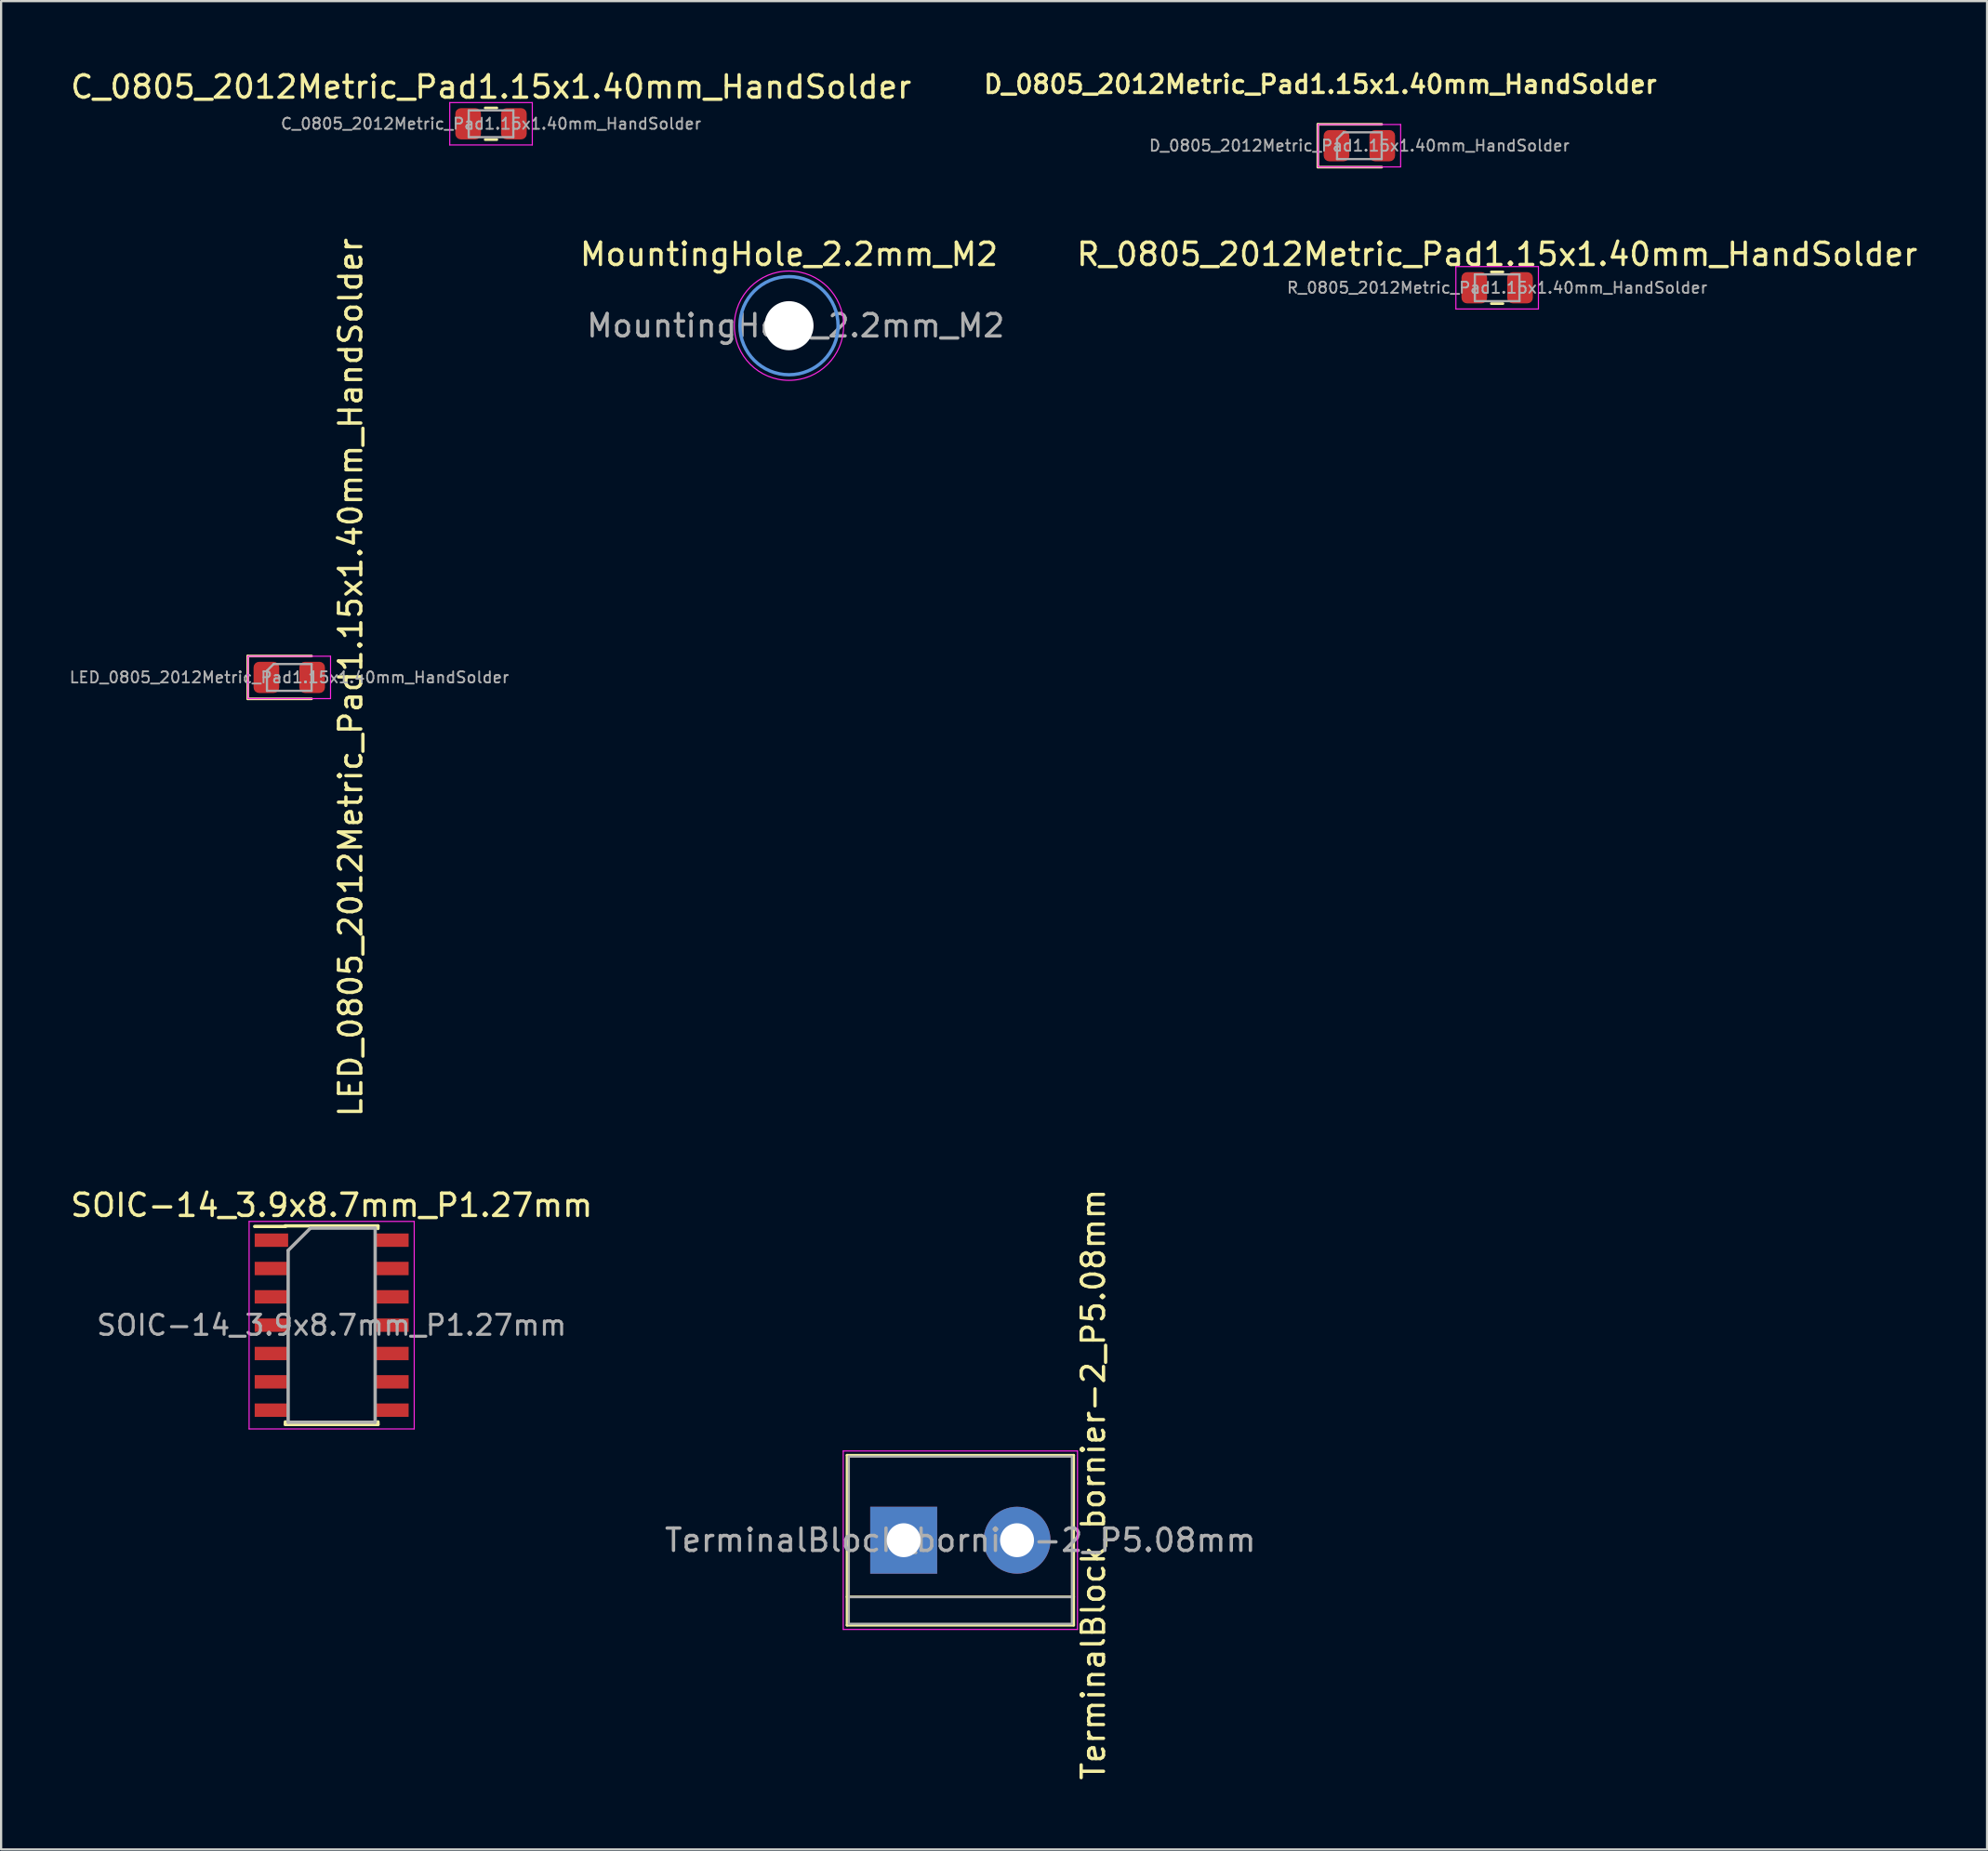
<source format=kicad_pcb>
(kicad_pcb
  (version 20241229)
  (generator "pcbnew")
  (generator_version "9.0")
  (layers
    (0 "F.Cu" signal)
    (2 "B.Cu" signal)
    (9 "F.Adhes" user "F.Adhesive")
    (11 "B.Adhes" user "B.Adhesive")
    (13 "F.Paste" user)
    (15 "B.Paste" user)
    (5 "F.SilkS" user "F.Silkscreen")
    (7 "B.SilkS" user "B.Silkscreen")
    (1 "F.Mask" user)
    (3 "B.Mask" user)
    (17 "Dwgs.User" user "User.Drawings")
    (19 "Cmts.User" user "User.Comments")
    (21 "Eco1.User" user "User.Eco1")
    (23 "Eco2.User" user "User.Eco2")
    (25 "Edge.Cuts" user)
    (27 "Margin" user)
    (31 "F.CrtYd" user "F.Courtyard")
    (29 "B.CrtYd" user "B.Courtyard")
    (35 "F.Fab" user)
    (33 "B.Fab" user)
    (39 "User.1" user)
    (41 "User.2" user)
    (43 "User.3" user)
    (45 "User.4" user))
  (footprint "TerminalBlock_bornier-2_P5.08mm"
    (layer "F.Cu")
    (at 37.454 65.995)
    (property "Reference" "TerminalBlock_bornier-2_P5.08mm" (at 8.5 -2.5 90) (layer "F.SilkS") (effects (font (size 1 1) (thickness 0.15))))
    (attr through_hole)
    (fp_line (start -2.54 -3.81) (end -2.54 3.81) (stroke (width 0.12) (type solid)) (layer "F.SilkS"))
    (fp_line (start -2.54 3.81) (end 7.62 3.81) (stroke (width 0.12) (type solid)) (layer "F.SilkS"))
    (fp_line (start 7.62 -3.81) (end -2.54 -3.81) (stroke (width 0.12) (type solid)) (layer "F.SilkS"))
    (fp_line (start 7.62 2.54) (end -2.54 2.54) (stroke (width 0.12) (type solid)) (layer "F.SilkS"))
    (fp_line (start 7.62 3.81) (end 7.62 -3.81) (stroke (width 0.12) (type solid)) (layer "F.SilkS"))
    (fp_line (start -2.71 -4) (end -2.71 4) (stroke (width 0.05) (type solid)) (layer "F.CrtYd"))
    (fp_line (start -2.71 -4) (end 7.79 -4) (stroke (width 0.05) (type solid)) (layer "F.CrtYd"))
    (fp_line (start 7.79 4) (end -2.71 4) (stroke (width 0.05) (type solid)) (layer "F.CrtYd"))
    (fp_line (start 7.79 4) (end 7.79 -4) (stroke (width 0.05) (type solid)) (layer "F.CrtYd"))
    (fp_line (start -2.46 -3.75) (end -2.46 3.75) (stroke (width 0.1) (type solid)) (layer "F.Fab"))
    (fp_line (start -2.46 3.75) (end 7.54 3.75) (stroke (width 0.1) (type solid)) (layer "F.Fab"))
    (fp_line (start -2.41 2.55) (end 7.49 2.55) (stroke (width 0.1) (type solid)) (layer "F.Fab"))
    (fp_line (start 7.54 -3.75) (end -2.46 -3.75) (stroke (width 0.1) (type solid)) (layer "F.Fab"))
    (fp_line (start 7.54 3.75) (end 7.54 -3.75) (stroke (width 0.1) (type solid)) (layer "F.Fab"))
    (fp_text user "${REFERENCE}" (at 2.54 0 0) (layer "F.Fab") (effects (font (size 1 1) (thickness 0.15))))
    (pad "1" thru_hole rect (at 0 0) (size 3 3) (drill 1.52) (layers "*.Cu" "*.Mask"))
    (pad "2" thru_hole circle (at 5.08 0) (size 3 3) (drill 1.52) (layers "*.Cu" "*.Mask")))
  (footprint "SOIC-14_3.9x8.7mm_P1.27mm"
    (layer "F.Cu")
    (at 11.815 56.355)
    (property "Reference" "SOIC-14_3.9x8.7mm_P1.27mm" (at 0 -5.375 0) (layer "F.SilkS") (effects (font (size 1 1) (thickness 0.15))))
    (attr smd)
    (fp_line (start -2.075 -4.45) (end -2.075 -4.425) (stroke (width 0.15) (type solid)) (layer "F.SilkS"))
    (fp_line (start -2.075 -4.45) (end 2.075 -4.45) (stroke (width 0.15) (type solid)) (layer "F.SilkS"))
    (fp_line (start -2.075 -4.425) (end -3.45 -4.425) (stroke (width 0.15) (type solid)) (layer "F.SilkS"))
    (fp_line (start -2.075 4.45) (end -2.075 4.335) (stroke (width 0.15) (type solid)) (layer "F.SilkS"))
    (fp_line (start -2.075 4.45) (end 2.075 4.45) (stroke (width 0.15) (type solid)) (layer "F.SilkS"))
    (fp_line (start 2.075 -4.45) (end 2.075 -4.335) (stroke (width 0.15) (type solid)) (layer "F.SilkS"))
    (fp_line (start 2.075 4.45) (end 2.075 4.335) (stroke (width 0.15) (type solid)) (layer "F.SilkS"))
    (fp_line (start -3.7 -4.65) (end -3.7 4.65) (stroke (width 0.05) (type solid)) (layer "F.CrtYd"))
    (fp_line (start -3.7 -4.65) (end 3.7 -4.65) (stroke (width 0.05) (type solid)) (layer "F.CrtYd"))
    (fp_line (start -3.7 4.65) (end 3.7 4.65) (stroke (width 0.05) (type solid)) (layer "F.CrtYd"))
    (fp_line (start 3.7 -4.65) (end 3.7 4.65) (stroke (width 0.05) (type solid)) (layer "F.CrtYd"))
    (fp_line (start -1.95 -3.35) (end -0.95 -4.35) (stroke (width 0.15) (type solid)) (layer "F.Fab"))
    (fp_line (start -1.95 4.35) (end -1.95 -3.35) (stroke (width 0.15) (type solid)) (layer "F.Fab"))
    (fp_line (start -0.95 -4.35) (end 1.95 -4.35) (stroke (width 0.15) (type solid)) (layer "F.Fab"))
    (fp_line (start 1.95 -4.35) (end 1.95 4.35) (stroke (width 0.15) (type solid)) (layer "F.Fab"))
    (fp_line (start 1.95 4.35) (end -1.95 4.35) (stroke (width 0.15) (type solid)) (layer "F.Fab"))
    (fp_text user "${REFERENCE}" (at 0 0 0) (layer "F.Fab") (effects (font (size 0.9 0.9) (thickness 0.135))))
    (pad "1" smd rect (at -2.7 -3.81) (size 1.5 0.6) (layers "F.Cu" "F.Mask" "F.Paste"))
    (pad "2" smd rect (at -2.7 -2.54) (size 1.5 0.6) (layers "F.Cu" "F.Mask" "F.Paste"))
    (pad "3" smd rect (at -2.7 -1.27) (size 1.5 0.6) (layers "F.Cu" "F.Mask" "F.Paste"))
    (pad "4" smd rect (at -2.7 0) (size 1.5 0.6) (layers "F.Cu" "F.Mask" "F.Paste"))
    (pad "5" smd rect (at -2.7 1.27) (size 1.5 0.6) (layers "F.Cu" "F.Mask" "F.Paste"))
    (pad "6" smd rect (at -2.7 2.54) (size 1.5 0.6) (layers "F.Cu" "F.Mask" "F.Paste"))
    (pad "7" smd rect (at -2.7 3.81) (size 1.5 0.6) (layers "F.Cu" "F.Mask" "F.Paste"))
    (pad "8" smd rect (at 2.7 3.81) (size 1.5 0.6) (layers "F.Cu" "F.Mask" "F.Paste"))
    (pad "9" smd rect (at 2.7 2.54) (size 1.5 0.6) (layers "F.Cu" "F.Mask" "F.Paste"))
    (pad "10" smd rect (at 2.7 1.27) (size 1.5 0.6) (layers "F.Cu" "F.Mask" "F.Paste"))
    (pad "11" smd rect (at 2.7 0) (size 1.5 0.6) (layers "F.Cu" "F.Mask" "F.Paste"))
    (pad "12" smd rect (at 2.7 -1.27) (size 1.5 0.6) (layers "F.Cu" "F.Mask" "F.Paste"))
    (pad "13" smd rect (at 2.7 -2.54) (size 1.5 0.6) (layers "F.Cu" "F.Mask" "F.Paste"))
    (pad "14" smd rect (at 2.7 -3.81) (size 1.5 0.6) (layers "F.Cu" "F.Mask" "F.Paste")))
  (footprint "D_0805_2012Metric_Pad1.15x1.40mm_HandSolder"
    (layer "F.Cu")
    (at 57.878 3.481)
    (property "Reference" "D_0805_2012Metric_Pad1.15x1.40mm_HandSolder" (at -1.75 -2.75 0) (layer "F.SilkS") (effects (font (size 0.8 0.8) (thickness 0.15))))
    (attr smd)
    (fp_line (start -1.86 -0.96) (end -1.86 0.96) (stroke (width 0.12) (type solid)) (layer "F.SilkS"))
    (fp_line (start -1.86 0.96) (end 1 0.96) (stroke (width 0.12) (type solid)) (layer "F.SilkS"))
    (fp_line (start 1 -0.96) (end -1.86 -0.96) (stroke (width 0.12) (type solid)) (layer "F.SilkS"))
    (fp_line (start -1.85 -0.95) (end 1.85 -0.95) (stroke (width 0.05) (type solid)) (layer "F.CrtYd"))
    (fp_line (start -1.85 0.95) (end -1.85 -0.95) (stroke (width 0.05) (type solid)) (layer "F.CrtYd"))
    (fp_line (start 1.85 -0.95) (end 1.85 0.95) (stroke (width 0.05) (type solid)) (layer "F.CrtYd"))
    (fp_line (start 1.85 0.95) (end -1.85 0.95) (stroke (width 0.05) (type solid)) (layer "F.CrtYd"))
    (fp_line (start -1 -0.3) (end -1 0.6) (stroke (width 0.1) (type solid)) (layer "F.Fab"))
    (fp_line (start -1 0.6) (end 1 0.6) (stroke (width 0.1) (type solid)) (layer "F.Fab"))
    (fp_line (start -0.7 -0.6) (end -1 -0.3) (stroke (width 0.1) (type solid)) (layer "F.Fab"))
    (fp_line (start 1 -0.6) (end -0.7 -0.6) (stroke (width 0.1) (type solid)) (layer "F.Fab"))
    (fp_line (start 1 0.6) (end 1 -0.6) (stroke (width 0.1) (type solid)) (layer "F.Fab"))
    (fp_text user "${REFERENCE}" (at 0 0 0) (layer "F.Fab") (effects (font (size 0.5 0.5) (thickness 0.08))))
    (pad "1" smd roundrect (at -1.025 0) (size 1.15 1.4) (layers "F.Cu" "F.Mask" "F.Paste") (roundrect_rratio 0.217))
    (pad "2" smd roundrect (at 1.025 0) (size 1.15 1.4) (layers "F.Cu" "F.Mask" "F.Paste") (roundrect_rratio 0.217)))
  (footprint "MountingHole_2.2mm_M2"
    (layer "F.Cu")
    (at 32.313 11.55)
    (property "Reference" "MountingHole_2.2mm_M2" (at 0 -3.2 0) (layer "F.SilkS") (effects (font (size 1 1) (thickness 0.15))))
    (attr exclude_from_pos_files exclude_from_bom)
    (fp_circle (center 0 0) (end 2.2 0) (stroke (width 0.15) (type solid)) (fill no) (layer "Cmts.User"))
    (fp_circle (center 0 0) (end 2.45 0) (stroke (width 0.05) (type solid)) (fill no) (layer "F.CrtYd"))
    (fp_text user "${REFERENCE}" (at 0.3 0 0) (layer "F.Fab") (effects (font (size 1 1) (thickness 0.15))))
    (pad "" np_thru_hole circle (at 0 0) (size 2.2 2.2) (drill 2.2) (layers "*.Cu" "*.Mask")))
  (footprint "R_0805_2012Metric_Pad1.15x1.40mm_HandSolder"
    (layer "F.Cu")
    (at 64.053 9.85)
    (property "Reference" "R_0805_2012Metric_Pad1.15x1.40mm_HandSolder" (at 0 -1.5 0) (layer "F.SilkS") (effects (font (size 1 1) (thickness 0.15))))
    (attr smd)
    (fp_line (start -0.261 -0.71) (end 0.261 -0.71) (stroke (width 0.12) (type solid)) (layer "F.SilkS"))
    (fp_line (start -0.261 0.71) (end 0.261 0.71) (stroke (width 0.12) (type solid)) (layer "F.SilkS"))
    (fp_line (start -1.85 -0.95) (end 1.85 -0.95) (stroke (width 0.05) (type solid)) (layer "F.CrtYd"))
    (fp_line (start -1.85 0.95) (end -1.85 -0.95) (stroke (width 0.05) (type solid)) (layer "F.CrtYd"))
    (fp_line (start 1.85 -0.95) (end 1.85 0.95) (stroke (width 0.05) (type solid)) (layer "F.CrtYd"))
    (fp_line (start 1.85 0.95) (end -1.85 0.95) (stroke (width 0.05) (type solid)) (layer "F.CrtYd"))
    (fp_line (start -1 -0.6) (end 1 -0.6) (stroke (width 0.1) (type solid)) (layer "F.Fab"))
    (fp_line (start -1 0.6) (end -1 -0.6) (stroke (width 0.1) (type solid)) (layer "F.Fab"))
    (fp_line (start 1 -0.6) (end 1 0.6) (stroke (width 0.1) (type solid)) (layer "F.Fab"))
    (fp_line (start 1 0.6) (end -1 0.6) (stroke (width 0.1) (type solid)) (layer "F.Fab"))
    (fp_text user "${REFERENCE}" (at 0 0 0) (layer "F.Fab") (effects (font (size 0.5 0.5) (thickness 0.08))))
    (pad "1" smd roundrect (at -1.025 0) (size 1.15 1.4) (layers "F.Cu" "F.Mask" "F.Paste") (roundrect_rratio 0.217))
    (pad "2" smd roundrect (at 1.025 0) (size 1.15 1.4) (layers "F.Cu" "F.Mask" "F.Paste") (roundrect_rratio 0.217)))
  (footprint "C_0805_2012Metric_Pad1.15x1.40mm_HandSolder"
    (layer "F.Cu")
    (at 18.958 2.498)
    (property "Reference" "C_0805_2012Metric_Pad1.15x1.40mm_HandSolder" (at 0 -1.65 0) (layer "F.SilkS") (effects (font (size 1 1) (thickness 0.15))))
    (attr smd)
    (fp_line (start -0.261 -0.71) (end 0.261 -0.71) (stroke (width 0.12) (type solid)) (layer "F.SilkS"))
    (fp_line (start -0.261 0.71) (end 0.261 0.71) (stroke (width 0.12) (type solid)) (layer "F.SilkS"))
    (fp_line (start -1.85 -0.95) (end 1.85 -0.95) (stroke (width 0.05) (type solid)) (layer "F.CrtYd"))
    (fp_line (start -1.85 0.95) (end -1.85 -0.95) (stroke (width 0.05) (type solid)) (layer "F.CrtYd"))
    (fp_line (start 1.85 -0.95) (end 1.85 0.95) (stroke (width 0.05) (type solid)) (layer "F.CrtYd"))
    (fp_line (start 1.85 0.95) (end -1.85 0.95) (stroke (width 0.05) (type solid)) (layer "F.CrtYd"))
    (fp_line (start -1 -0.6) (end 1 -0.6) (stroke (width 0.1) (type solid)) (layer "F.Fab"))
    (fp_line (start -1 0.6) (end -1 -0.6) (stroke (width 0.1) (type solid)) (layer "F.Fab"))
    (fp_line (start 1 -0.6) (end 1 0.6) (stroke (width 0.1) (type solid)) (layer "F.Fab"))
    (fp_line (start 1 0.6) (end -1 0.6) (stroke (width 0.1) (type solid)) (layer "F.Fab"))
    (fp_text user "${REFERENCE}" (at 0 0 0) (layer "F.Fab") (effects (font (size 0.5 0.5) (thickness 0.08))))
    (pad "1" smd roundrect (at -1.025 0) (size 1.15 1.4) (layers "F.Cu" "F.Mask" "F.Paste") (roundrect_rratio 0.217))
    (pad "2" smd roundrect (at 1.025 0) (size 1.15 1.4) (layers "F.Cu" "F.Mask" "F.Paste") (roundrect_rratio 0.217)))
  (footprint "LED_0805_2012Metric_Pad1.15x1.40mm_HandSolder"
    (layer "F.Cu")
    (at 9.915 27.317)
    (property "Reference" "LED_0805_2012Metric_Pad1.15x1.40mm_HandSolder" (at 2.75 0 270) (layer "F.SilkS") (effects (font (size 1 1) (thickness 0.15))))
    (attr smd)
    (fp_line (start -1.86 -0.96) (end -1.86 0.96) (stroke (width 0.12) (type solid)) (layer "F.SilkS"))
    (fp_line (start -1.86 0.96) (end 1 0.96) (stroke (width 0.12) (type solid)) (layer "F.SilkS"))
    (fp_line (start 1 -0.96) (end -1.86 -0.96) (stroke (width 0.12) (type solid)) (layer "F.SilkS"))
    (fp_line (start -1.85 -0.95) (end 1.85 -0.95) (stroke (width 0.05) (type solid)) (layer "F.CrtYd"))
    (fp_line (start -1.85 0.95) (end -1.85 -0.95) (stroke (width 0.05) (type solid)) (layer "F.CrtYd"))
    (fp_line (start 1.85 -0.95) (end 1.85 0.95) (stroke (width 0.05) (type solid)) (layer "F.CrtYd"))
    (fp_line (start 1.85 0.95) (end -1.85 0.95) (stroke (width 0.05) (type solid)) (layer "F.CrtYd"))
    (fp_line (start -1 -0.3) (end -1 0.6) (stroke (width 0.1) (type solid)) (layer "F.Fab"))
    (fp_line (start -1 0.6) (end 1 0.6) (stroke (width 0.1) (type solid)) (layer "F.Fab"))
    (fp_line (start -0.7 -0.6) (end -1 -0.3) (stroke (width 0.1) (type solid)) (layer "F.Fab"))
    (fp_line (start 1 -0.6) (end -0.7 -0.6) (stroke (width 0.1) (type solid)) (layer "F.Fab"))
    (fp_line (start 1 0.6) (end 1 -0.6) (stroke (width 0.1) (type solid)) (layer "F.Fab"))
    (fp_text user "${REFERENCE}" (at 0 0 0) (layer "F.Fab") (effects (font (size 0.5 0.5) (thickness 0.08))))
    (pad "1" smd roundrect (at -1.025 0) (size 1.15 1.4) (layers "F.Cu" "F.Mask" "F.Paste") (roundrect_rratio 0.217))
    (pad "2" smd roundrect (at 1.025 0) (size 1.15 1.4) (layers "F.Cu" "F.Mask" "F.Paste") (roundrect_rratio 0.217)))
  (gr_rect
    (start -3 -3)
    (end 86.011 79.858)
    (stroke (width 0.1) (type default))
    (fill no)
    (layer "Edge.Cuts")))
</source>
